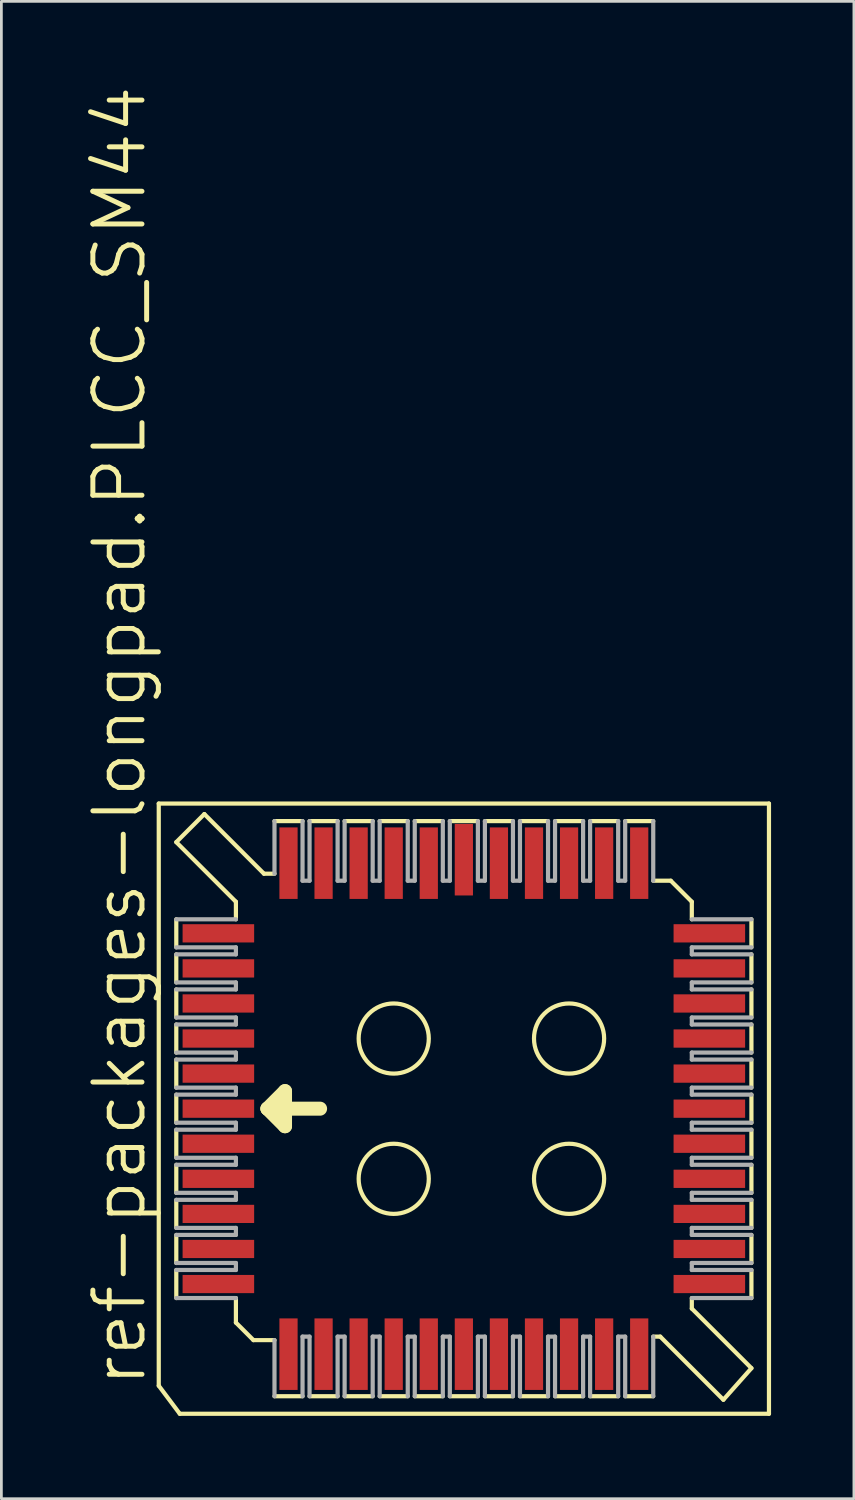
<source format=kicad_pcb>
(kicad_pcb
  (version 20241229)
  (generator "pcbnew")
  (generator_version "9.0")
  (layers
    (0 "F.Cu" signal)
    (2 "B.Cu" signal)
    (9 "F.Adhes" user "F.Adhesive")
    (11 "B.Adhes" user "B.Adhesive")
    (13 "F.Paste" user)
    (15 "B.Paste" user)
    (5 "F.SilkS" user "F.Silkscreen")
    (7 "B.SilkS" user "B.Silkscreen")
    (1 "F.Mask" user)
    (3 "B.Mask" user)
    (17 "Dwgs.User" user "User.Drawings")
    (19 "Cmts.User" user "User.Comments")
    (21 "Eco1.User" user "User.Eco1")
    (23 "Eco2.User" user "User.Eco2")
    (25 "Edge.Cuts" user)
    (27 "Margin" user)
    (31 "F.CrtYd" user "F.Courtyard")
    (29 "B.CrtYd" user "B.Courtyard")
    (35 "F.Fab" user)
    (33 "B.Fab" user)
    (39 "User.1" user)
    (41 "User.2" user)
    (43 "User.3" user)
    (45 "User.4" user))
  (footprint "ref-packages-longpad.PLCC_SM44"
    (layer "F.Cu")
    (at 13.748 37.099)
    (property "Reference" "ref-packages-longpad.PLCC_SM44" (at -11.43 10.16 90) (layer "F.SilkS") (effects (font (size 1.778 1.778) (thickness 0.18)) (justify left bottom)))
    (attr smd)
    (fp_line (start -11.049 -11.049) (end -11.049 10.033) (stroke (width 0.152) (type default)) (layer "F.SilkS"))
    (fp_line (start -11.049 10.033) (end -10.287 11.049) (stroke (width 0.152) (type default)) (layer "F.SilkS"))
    (fp_line (start -10.414 -9.652) (end -8.255 -7.493) (stroke (width 0.152) (type default)) (layer "F.SilkS"))
    (fp_line (start -10.414 -5.842) (end -10.414 -6.858) (stroke (width 0.152) (type default)) (layer "F.SilkS"))
    (fp_line (start -10.414 -4.572) (end -10.414 -5.588) (stroke (width 0.152) (type default)) (layer "F.SilkS"))
    (fp_line (start -10.414 -4.318) (end -10.414 -3.302) (stroke (width 0.152) (type default)) (layer "F.SilkS"))
    (fp_line (start -10.414 -3.048) (end -10.414 -2.032) (stroke (width 0.152) (type default)) (layer "F.SilkS"))
    (fp_line (start -10.414 -1.778) (end -10.414 -0.762) (stroke (width 0.152) (type default)) (layer "F.SilkS"))
    (fp_line (start -10.414 -0.508) (end -10.414 0.508) (stroke (width 0.152) (type default)) (layer "F.SilkS"))
    (fp_line (start -10.414 0.762) (end -10.414 1.778) (stroke (width 0.152) (type default)) (layer "F.SilkS"))
    (fp_line (start -10.414 2.032) (end -10.414 3.048) (stroke (width 0.152) (type default)) (layer "F.SilkS"))
    (fp_line (start -10.414 3.302) (end -10.414 4.318) (stroke (width 0.152) (type default)) (layer "F.SilkS"))
    (fp_line (start -10.414 4.572) (end -10.414 5.588) (stroke (width 0.152) (type default)) (layer "F.SilkS"))
    (fp_line (start -10.414 5.842) (end -10.414 6.858) (stroke (width 0.152) (type default)) (layer "F.SilkS"))
    (fp_line (start -10.287 11.049) (end 11.049 11.049) (stroke (width 0.152) (type default)) (layer "F.SilkS"))
    (fp_line (start -9.398 -10.668) (end -10.414 -9.652) (stroke (width 0.152) (type default)) (layer "F.SilkS"))
    (fp_line (start -9.398 -10.668) (end -7.239 -8.509) (stroke (width 0.152) (type default)) (layer "F.SilkS"))
    (fp_line (start -8.255 -6.858) (end -8.255 -7.493) (stroke (width 0.152) (type default)) (layer "F.SilkS"))
    (fp_line (start -8.255 6.858) (end -8.255 7.747) (stroke (width 0.152) (type default)) (layer "F.SilkS"))
    (fp_line (start -8.255 7.747) (end -7.62 8.382) (stroke (width 0.152) (type default)) (layer "F.SilkS"))
    (fp_line (start -7.239 -8.509) (end -6.858 -8.509) (stroke (width 0.152) (type default)) (layer "F.SilkS"))
    (fp_line (start -7.112 0) (end -6.477 -0.635) (stroke (width 0.508) (type default)) (layer "F.SilkS"))
    (fp_line (start -7.112 0) (end -5.207 0) (stroke (width 0.508) (type default)) (layer "F.SilkS"))
    (fp_line (start -6.858 -10.414) (end -5.842 -10.414) (stroke (width 0.152) (type default)) (layer "F.SilkS"))
    (fp_line (start -6.858 8.382) (end -7.62 8.382) (stroke (width 0.152) (type default)) (layer "F.SilkS"))
    (fp_line (start -6.477 -0.635) (end -6.477 0.635) (stroke (width 0.508) (type default)) (layer "F.SilkS"))
    (fp_line (start -6.477 0.635) (end -7.112 0) (stroke (width 0.508) (type default)) (layer "F.SilkS"))
    (fp_line (start -5.842 10.414) (end -6.858 10.414) (stroke (width 0.152) (type default)) (layer "F.SilkS"))
    (fp_line (start -5.588 -10.414) (end -4.572 -10.414) (stroke (width 0.152) (type default)) (layer "F.SilkS"))
    (fp_line (start -4.572 10.414) (end -5.588 10.414) (stroke (width 0.152) (type default)) (layer "F.SilkS"))
    (fp_line (start -4.318 -10.414) (end -3.302 -10.414) (stroke (width 0.152) (type default)) (layer "F.SilkS"))
    (fp_line (start -3.302 10.414) (end -4.318 10.414) (stroke (width 0.152) (type default)) (layer "F.SilkS"))
    (fp_line (start -3.048 -10.414) (end -2.032 -10.414) (stroke (width 0.152) (type default)) (layer "F.SilkS"))
    (fp_line (start -2.032 10.414) (end -3.048 10.414) (stroke (width 0.152) (type default)) (layer "F.SilkS"))
    (fp_line (start -1.778 -10.414) (end -0.762 -10.414) (stroke (width 0.152) (type default)) (layer "F.SilkS"))
    (fp_line (start -0.762 10.414) (end -1.778 10.414) (stroke (width 0.152) (type default)) (layer "F.SilkS"))
    (fp_line (start -0.508 -10.414) (end 0.508 -10.414) (stroke (width 0.152) (type default)) (layer "F.SilkS"))
    (fp_line (start 0.508 10.414) (end -0.508 10.414) (stroke (width 0.152) (type default)) (layer "F.SilkS"))
    (fp_line (start 0.762 -10.414) (end 1.778 -10.414) (stroke (width 0.152) (type default)) (layer "F.SilkS"))
    (fp_line (start 1.778 10.414) (end 0.762 10.414) (stroke (width 0.152) (type default)) (layer "F.SilkS"))
    (fp_line (start 2.032 -10.414) (end 3.048 -10.414) (stroke (width 0.152) (type default)) (layer "F.SilkS"))
    (fp_line (start 3.048 10.414) (end 2.032 10.414) (stroke (width 0.152) (type default)) (layer "F.SilkS"))
    (fp_line (start 3.302 -10.414) (end 4.318 -10.414) (stroke (width 0.152) (type default)) (layer "F.SilkS"))
    (fp_line (start 4.318 10.414) (end 3.302 10.414) (stroke (width 0.152) (type default)) (layer "F.SilkS"))
    (fp_line (start 4.572 -10.414) (end 5.588 -10.414) (stroke (width 0.152) (type default)) (layer "F.SilkS"))
    (fp_line (start 4.572 10.414) (end 5.588 10.414) (stroke (width 0.152) (type default)) (layer "F.SilkS"))
    (fp_line (start 5.842 -10.414) (end 6.858 -10.414) (stroke (width 0.152) (type default)) (layer "F.SilkS"))
    (fp_line (start 5.842 10.414) (end 6.858 10.414) (stroke (width 0.152) (type default)) (layer "F.SilkS"))
    (fp_line (start 6.858 -8.255) (end 7.493 -8.255) (stroke (width 0.152) (type default)) (layer "F.SilkS"))
    (fp_line (start 6.858 8.255) (end 7.112 8.255) (stroke (width 0.152) (type default)) (layer "F.SilkS"))
    (fp_line (start 7.493 -8.255) (end 8.255 -7.493) (stroke (width 0.152) (type default)) (layer "F.SilkS"))
    (fp_line (start 8.255 -6.858) (end 8.255 -7.493) (stroke (width 0.152) (type default)) (layer "F.SilkS"))
    (fp_line (start 8.255 6.858) (end 8.255 7.239) (stroke (width 0.152) (type default)) (layer "F.SilkS"))
    (fp_line (start 9.398 10.541) (end 7.112 8.255) (stroke (width 0.152) (type default)) (layer "F.SilkS"))
    (fp_line (start 10.414 -6.858) (end 10.414 -5.842) (stroke (width 0.152) (type default)) (layer "F.SilkS"))
    (fp_line (start 10.414 -5.588) (end 10.414 -4.572) (stroke (width 0.152) (type default)) (layer "F.SilkS"))
    (fp_line (start 10.414 -3.302) (end 10.414 -4.318) (stroke (width 0.152) (type default)) (layer "F.SilkS"))
    (fp_line (start 10.414 -2.032) (end 10.414 -3.048) (stroke (width 0.152) (type default)) (layer "F.SilkS"))
    (fp_line (start 10.414 -0.762) (end 10.414 -1.778) (stroke (width 0.152) (type default)) (layer "F.SilkS"))
    (fp_line (start 10.414 0.508) (end 10.414 -0.508) (stroke (width 0.152) (type default)) (layer "F.SilkS"))
    (fp_line (start 10.414 1.778) (end 10.414 0.762) (stroke (width 0.152) (type default)) (layer "F.SilkS"))
    (fp_line (start 10.414 3.048) (end 10.414 2.032) (stroke (width 0.152) (type default)) (layer "F.SilkS"))
    (fp_line (start 10.414 4.318) (end 10.414 3.302) (stroke (width 0.152) (type default)) (layer "F.SilkS"))
    (fp_line (start 10.414 4.572) (end 10.414 5.588) (stroke (width 0.152) (type default)) (layer "F.SilkS"))
    (fp_line (start 10.414 5.842) (end 10.414 6.858) (stroke (width 0.152) (type default)) (layer "F.SilkS"))
    (fp_line (start 10.414 9.398) (end 8.255 7.239) (stroke (width 0.152) (type default)) (layer "F.SilkS"))
    (fp_line (start 10.414 9.398) (end 9.398 10.541) (stroke (width 0.152) (type default)) (layer "F.SilkS"))
    (fp_line (start 11.049 -11.049) (end -11.049 -11.049) (stroke (width 0.152) (type default)) (layer "F.SilkS"))
    (fp_line (start 11.049 -11.049) (end 11.049 11.049) (stroke (width 0.152) (type default)) (layer "F.SilkS"))
    (fp_circle (center -2.54 -2.54) (end -1.27 -2.54) (stroke (width 0.152) (type default)) (fill no) (layer "F.SilkS"))
    (fp_circle (center -2.54 2.54) (end -1.27 2.54) (stroke (width 0.152) (type default)) (fill no) (layer "F.SilkS"))
    (fp_circle (center 3.81 -2.54) (end 5.08 -2.54) (stroke (width 0.152) (type default)) (fill no) (layer "F.SilkS"))
    (fp_circle (center 3.81 2.54) (end 5.08 2.54) (stroke (width 0.152) (type default)) (fill no) (layer "F.SilkS"))
    (fp_line (start -10.414 -6.858) (end -8.255 -6.858) (stroke (width 0.152) (type default)) (layer "F.Fab"))
    (fp_line (start -10.414 -5.842) (end -8.255 -5.842) (stroke (width 0.152) (type default)) (layer "F.Fab"))
    (fp_line (start -10.414 -5.588) (end -8.255 -5.588) (stroke (width 0.152) (type default)) (layer "F.Fab"))
    (fp_line (start -10.414 -4.572) (end -8.255 -4.572) (stroke (width 0.152) (type default)) (layer "F.Fab"))
    (fp_line (start -10.414 -4.318) (end -8.255 -4.318) (stroke (width 0.152) (type default)) (layer "F.Fab"))
    (fp_line (start -10.414 -3.048) (end -8.255 -3.048) (stroke (width 0.152) (type default)) (layer "F.Fab"))
    (fp_line (start -10.414 -1.778) (end -8.255 -1.778) (stroke (width 0.152) (type default)) (layer "F.Fab"))
    (fp_line (start -10.414 -0.508) (end -8.255 -0.508) (stroke (width 0.152) (type default)) (layer "F.Fab"))
    (fp_line (start -10.414 0.762) (end -8.255 0.762) (stroke (width 0.152) (type default)) (layer "F.Fab"))
    (fp_line (start -10.414 2.032) (end -8.255 2.032) (stroke (width 0.152) (type default)) (layer "F.Fab"))
    (fp_line (start -10.414 3.302) (end -8.255 3.302) (stroke (width 0.152) (type default)) (layer "F.Fab"))
    (fp_line (start -10.414 4.572) (end -8.255 4.572) (stroke (width 0.152) (type default)) (layer "F.Fab"))
    (fp_line (start -10.414 6.858) (end -8.255 6.858) (stroke (width 0.152) (type default)) (layer "F.Fab"))
    (fp_line (start -8.255 -5.588) (end -8.255 -5.842) (stroke (width 0.152) (type default)) (layer "F.Fab"))
    (fp_line (start -8.255 -4.318) (end -8.255 -4.572) (stroke (width 0.152) (type default)) (layer "F.Fab"))
    (fp_line (start -8.255 -3.302) (end -10.414 -3.302) (stroke (width 0.152) (type default)) (layer "F.Fab"))
    (fp_line (start -8.255 -3.302) (end -8.255 -3.048) (stroke (width 0.152) (type default)) (layer "F.Fab"))
    (fp_line (start -8.255 -2.032) (end -10.414 -2.032) (stroke (width 0.152) (type default)) (layer "F.Fab"))
    (fp_line (start -8.255 -2.032) (end -8.255 -1.778) (stroke (width 0.152) (type default)) (layer "F.Fab"))
    (fp_line (start -8.255 -0.762) (end -10.414 -0.762) (stroke (width 0.152) (type default)) (layer "F.Fab"))
    (fp_line (start -8.255 -0.762) (end -8.255 -0.508) (stroke (width 0.152) (type default)) (layer "F.Fab"))
    (fp_line (start -8.255 0.508) (end -10.414 0.508) (stroke (width 0.152) (type default)) (layer "F.Fab"))
    (fp_line (start -8.255 0.508) (end -8.255 0.762) (stroke (width 0.152) (type default)) (layer "F.Fab"))
    (fp_line (start -8.255 1.778) (end -10.414 1.778) (stroke (width 0.152) (type default)) (layer "F.Fab"))
    (fp_line (start -8.255 1.778) (end -8.255 2.032) (stroke (width 0.152) (type default)) (layer "F.Fab"))
    (fp_line (start -8.255 3.048) (end -10.414 3.048) (stroke (width 0.152) (type default)) (layer "F.Fab"))
    (fp_line (start -8.255 3.048) (end -8.255 3.302) (stroke (width 0.152) (type default)) (layer "F.Fab"))
    (fp_line (start -8.255 4.318) (end -10.414 4.318) (stroke (width 0.152) (type default)) (layer "F.Fab"))
    (fp_line (start -8.255 4.318) (end -8.255 4.572) (stroke (width 0.152) (type default)) (layer "F.Fab"))
    (fp_line (start -8.255 5.588) (end -10.414 5.588) (stroke (width 0.152) (type default)) (layer "F.Fab"))
    (fp_line (start -8.255 5.588) (end -8.255 5.842) (stroke (width 0.152) (type default)) (layer "F.Fab"))
    (fp_line (start -8.255 5.842) (end -10.414 5.842) (stroke (width 0.152) (type default)) (layer "F.Fab"))
    (fp_line (start -6.858 -8.509) (end -6.858 -10.414) (stroke (width 0.152) (type default)) (layer "F.Fab"))
    (fp_line (start -6.858 8.382) (end -6.858 10.414) (stroke (width 0.152) (type default)) (layer "F.Fab"))
    (fp_line (start -5.842 -8.255) (end -5.842 -10.414) (stroke (width 0.152) (type default)) (layer "F.Fab"))
    (fp_line (start -5.842 -8.255) (end -5.588 -8.255) (stroke (width 0.152) (type default)) (layer "F.Fab"))
    (fp_line (start -5.842 10.414) (end -5.842 8.255) (stroke (width 0.152) (type default)) (layer "F.Fab"))
    (fp_line (start -5.588 -10.414) (end -5.588 -8.255) (stroke (width 0.152) (type default)) (layer "F.Fab"))
    (fp_line (start -5.588 8.255) (end -5.842 8.255) (stroke (width 0.152) (type default)) (layer "F.Fab"))
    (fp_line (start -5.588 8.255) (end -5.588 10.414) (stroke (width 0.152) (type default)) (layer "F.Fab"))
    (fp_line (start -4.572 -8.255) (end -4.572 -10.414) (stroke (width 0.152) (type default)) (layer "F.Fab"))
    (fp_line (start -4.572 -8.255) (end -4.318 -8.255) (stroke (width 0.152) (type default)) (layer "F.Fab"))
    (fp_line (start -4.572 10.414) (end -4.572 8.255) (stroke (width 0.152) (type default)) (layer "F.Fab"))
    (fp_line (start -4.318 -10.414) (end -4.318 -8.255) (stroke (width 0.152) (type default)) (layer "F.Fab"))
    (fp_line (start -4.318 8.255) (end -4.572 8.255) (stroke (width 0.152) (type default)) (layer "F.Fab"))
    (fp_line (start -4.318 8.255) (end -4.318 10.414) (stroke (width 0.152) (type default)) (layer "F.Fab"))
    (fp_line (start -3.302 -8.255) (end -3.302 -10.414) (stroke (width 0.152) (type default)) (layer "F.Fab"))
    (fp_line (start -3.302 -8.255) (end -3.048 -8.255) (stroke (width 0.152) (type default)) (layer "F.Fab"))
    (fp_line (start -3.302 10.414) (end -3.302 8.255) (stroke (width 0.152) (type default)) (layer "F.Fab"))
    (fp_line (start -3.048 -10.414) (end -3.048 -8.255) (stroke (width 0.152) (type default)) (layer "F.Fab"))
    (fp_line (start -3.048 8.255) (end -3.302 8.255) (stroke (width 0.152) (type default)) (layer "F.Fab"))
    (fp_line (start -3.048 8.255) (end -3.048 10.414) (stroke (width 0.152) (type default)) (layer "F.Fab"))
    (fp_line (start -2.032 -8.255) (end -2.032 -10.414) (stroke (width 0.152) (type default)) (layer "F.Fab"))
    (fp_line (start -2.032 -8.255) (end -1.778 -8.255) (stroke (width 0.152) (type default)) (layer "F.Fab"))
    (fp_line (start -2.032 10.414) (end -2.032 8.255) (stroke (width 0.152) (type default)) (layer "F.Fab"))
    (fp_line (start -1.778 -10.414) (end -1.778 -8.255) (stroke (width 0.152) (type default)) (layer "F.Fab"))
    (fp_line (start -1.778 8.255) (end -2.032 8.255) (stroke (width 0.152) (type default)) (layer "F.Fab"))
    (fp_line (start -1.778 8.255) (end -1.778 10.414) (stroke (width 0.152) (type default)) (layer "F.Fab"))
    (fp_line (start -0.762 -8.255) (end -0.762 -10.414) (stroke (width 0.152) (type default)) (layer "F.Fab"))
    (fp_line (start -0.762 -8.255) (end -0.508 -8.255) (stroke (width 0.152) (type default)) (layer "F.Fab"))
    (fp_line (start -0.762 10.414) (end -0.762 8.255) (stroke (width 0.152) (type default)) (layer "F.Fab"))
    (fp_line (start -0.508 -10.414) (end -0.508 -8.255) (stroke (width 0.152) (type default)) (layer "F.Fab"))
    (fp_line (start -0.508 8.255) (end -0.762 8.255) (stroke (width 0.152) (type default)) (layer "F.Fab"))
    (fp_line (start -0.508 8.255) (end -0.508 10.414) (stroke (width 0.152) (type default)) (layer "F.Fab"))
    (fp_line (start 0.508 -8.255) (end 0.508 -10.414) (stroke (width 0.152) (type default)) (layer "F.Fab"))
    (fp_line (start 0.508 -8.255) (end 0.762 -8.255) (stroke (width 0.152) (type default)) (layer "F.Fab"))
    (fp_line (start 0.508 10.414) (end 0.508 8.255) (stroke (width 0.152) (type default)) (layer "F.Fab"))
    (fp_line (start 0.762 -10.414) (end 0.762 -8.255) (stroke (width 0.152) (type default)) (layer "F.Fab"))
    (fp_line (start 0.762 8.255) (end 0.508 8.255) (stroke (width 0.152) (type default)) (layer "F.Fab"))
    (fp_line (start 0.762 8.255) (end 0.762 10.414) (stroke (width 0.152) (type default)) (layer "F.Fab"))
    (fp_line (start 1.778 -8.255) (end 1.778 -10.414) (stroke (width 0.152) (type default)) (layer "F.Fab"))
    (fp_line (start 1.778 -8.255) (end 2.032 -8.255) (stroke (width 0.152) (type default)) (layer "F.Fab"))
    (fp_line (start 1.778 10.414) (end 1.778 8.255) (stroke (width 0.152) (type default)) (layer "F.Fab"))
    (fp_line (start 2.032 -10.414) (end 2.032 -8.255) (stroke (width 0.152) (type default)) (layer "F.Fab"))
    (fp_line (start 2.032 8.255) (end 1.778 8.255) (stroke (width 0.152) (type default)) (layer "F.Fab"))
    (fp_line (start 2.032 10.414) (end 2.032 8.255) (stroke (width 0.152) (type default)) (layer "F.Fab"))
    (fp_line (start 3.048 -8.255) (end 3.048 -10.414) (stroke (width 0.152) (type default)) (layer "F.Fab"))
    (fp_line (start 3.048 -8.255) (end 3.302 -8.255) (stroke (width 0.152) (type default)) (layer "F.Fab"))
    (fp_line (start 3.048 10.414) (end 3.048 8.255) (stroke (width 0.152) (type default)) (layer "F.Fab"))
    (fp_line (start 3.302 -10.414) (end 3.302 -8.255) (stroke (width 0.152) (type default)) (layer "F.Fab"))
    (fp_line (start 3.302 8.255) (end 3.048 8.255) (stroke (width 0.152) (type default)) (layer "F.Fab"))
    (fp_line (start 3.302 8.255) (end 3.302 10.414) (stroke (width 0.152) (type default)) (layer "F.Fab"))
    (fp_line (start 4.318 -8.255) (end 4.318 -10.414) (stroke (width 0.152) (type default)) (layer "F.Fab"))
    (fp_line (start 4.318 -8.255) (end 4.572 -8.255) (stroke (width 0.152) (type default)) (layer "F.Fab"))
    (fp_line (start 4.318 8.255) (end 4.572 8.255) (stroke (width 0.152) (type default)) (layer "F.Fab"))
    (fp_line (start 4.318 10.414) (end 4.318 8.255) (stroke (width 0.152) (type default)) (layer "F.Fab"))
    (fp_line (start 4.572 -10.414) (end 4.572 -8.255) (stroke (width 0.152) (type default)) (layer "F.Fab"))
    (fp_line (start 4.572 10.414) (end 4.572 8.255) (stroke (width 0.152) (type default)) (layer "F.Fab"))
    (fp_line (start 5.588 -8.255) (end 5.588 -10.414) (stroke (width 0.152) (type default)) (layer "F.Fab"))
    (fp_line (start 5.588 -8.255) (end 5.842 -8.255) (stroke (width 0.152) (type default)) (layer "F.Fab"))
    (fp_line (start 5.588 8.255) (end 5.842 8.255) (stroke (width 0.152) (type default)) (layer "F.Fab"))
    (fp_line (start 5.588 10.414) (end 5.588 8.255) (stroke (width 0.152) (type default)) (layer "F.Fab"))
    (fp_line (start 5.842 -8.255) (end 5.842 -10.414) (stroke (width 0.152) (type default)) (layer "F.Fab"))
    (fp_line (start 5.842 10.414) (end 5.842 8.255) (stroke (width 0.152) (type default)) (layer "F.Fab"))
    (fp_line (start 6.858 -8.255) (end 6.858 -10.414) (stroke (width 0.152) (type default)) (layer "F.Fab"))
    (fp_line (start 6.858 10.414) (end 6.858 8.255) (stroke (width 0.152) (type default)) (layer "F.Fab"))
    (fp_line (start 8.255 -5.842) (end 8.255 -5.588) (stroke (width 0.152) (type default)) (layer "F.Fab"))
    (fp_line (start 8.255 -5.842) (end 10.414 -5.842) (stroke (width 0.152) (type default)) (layer "F.Fab"))
    (fp_line (start 8.255 -4.572) (end 10.414 -4.572) (stroke (width 0.152) (type default)) (layer "F.Fab"))
    (fp_line (start 8.255 -4.318) (end 8.255 -4.572) (stroke (width 0.152) (type default)) (layer "F.Fab"))
    (fp_line (start 8.255 -4.318) (end 10.414 -4.318) (stroke (width 0.152) (type default)) (layer "F.Fab"))
    (fp_line (start 8.255 -3.048) (end 8.255 -3.302) (stroke (width 0.152) (type default)) (layer "F.Fab"))
    (fp_line (start 8.255 -3.048) (end 10.414 -3.048) (stroke (width 0.152) (type default)) (layer "F.Fab"))
    (fp_line (start 8.255 -1.778) (end 8.255 -2.032) (stroke (width 0.152) (type default)) (layer "F.Fab"))
    (fp_line (start 8.255 -1.778) (end 10.414 -1.778) (stroke (width 0.152) (type default)) (layer "F.Fab"))
    (fp_line (start 8.255 -0.508) (end 8.255 -0.762) (stroke (width 0.152) (type default)) (layer "F.Fab"))
    (fp_line (start 8.255 -0.508) (end 10.414 -0.508) (stroke (width 0.152) (type default)) (layer "F.Fab"))
    (fp_line (start 8.255 0.762) (end 8.255 0.508) (stroke (width 0.152) (type default)) (layer "F.Fab"))
    (fp_line (start 8.255 0.762) (end 10.414 0.762) (stroke (width 0.152) (type default)) (layer "F.Fab"))
    (fp_line (start 8.255 2.032) (end 8.255 1.778) (stroke (width 0.152) (type default)) (layer "F.Fab"))
    (fp_line (start 8.255 2.032) (end 10.414 2.032) (stroke (width 0.152) (type default)) (layer "F.Fab"))
    (fp_line (start 8.255 3.302) (end 8.255 3.048) (stroke (width 0.152) (type default)) (layer "F.Fab"))
    (fp_line (start 8.255 3.302) (end 10.414 3.302) (stroke (width 0.152) (type default)) (layer "F.Fab"))
    (fp_line (start 8.255 4.318) (end 8.255 4.572) (stroke (width 0.152) (type default)) (layer "F.Fab"))
    (fp_line (start 8.255 5.588) (end 8.255 5.842) (stroke (width 0.152) (type default)) (layer "F.Fab"))
    (fp_line (start 8.255 5.588) (end 10.414 5.588) (stroke (width 0.152) (type default)) (layer "F.Fab"))
    (fp_line (start 8.255 5.842) (end 10.414 5.842) (stroke (width 0.152) (type default)) (layer "F.Fab"))
    (fp_line (start 10.414 -6.858) (end 8.255 -6.858) (stroke (width 0.152) (type default)) (layer "F.Fab"))
    (fp_line (start 10.414 -5.588) (end 8.255 -5.588) (stroke (width 0.152) (type default)) (layer "F.Fab"))
    (fp_line (start 10.414 -3.302) (end 8.255 -3.302) (stroke (width 0.152) (type default)) (layer "F.Fab"))
    (fp_line (start 10.414 -2.032) (end 8.255 -2.032) (stroke (width 0.152) (type default)) (layer "F.Fab"))
    (fp_line (start 10.414 -0.762) (end 8.255 -0.762) (stroke (width 0.152) (type default)) (layer "F.Fab"))
    (fp_line (start 10.414 0.508) (end 8.255 0.508) (stroke (width 0.152) (type default)) (layer "F.Fab"))
    (fp_line (start 10.414 1.778) (end 8.255 1.778) (stroke (width 0.152) (type default)) (layer "F.Fab"))
    (fp_line (start 10.414 3.048) (end 8.255 3.048) (stroke (width 0.152) (type default)) (layer "F.Fab"))
    (fp_line (start 10.414 4.318) (end 8.255 4.318) (stroke (width 0.152) (type default)) (layer "F.Fab"))
    (fp_line (start 10.414 4.572) (end 8.255 4.572) (stroke (width 0.152) (type default)) (layer "F.Fab"))
    (fp_line (start 10.414 6.858) (end 8.255 6.858) (stroke (width 0.152) (type default)) (layer "F.Fab"))
    (pad "1" smd roundrect (at -8.89 0) (size 2.591 0.66) (layers "F.Cu" "F.Mask" "F.Paste") (roundrect_rratio 0.01))
    (pad "2" smd roundrect (at -8.89 1.27) (size 2.591 0.66) (layers "F.Cu" "F.Mask" "F.Paste") (roundrect_rratio 0.01))
    (pad "3" smd roundrect (at -8.89 2.54) (size 2.591 0.66) (layers "F.Cu" "F.Mask" "F.Paste") (roundrect_rratio 0.01))
    (pad "4" smd roundrect (at -8.89 3.81) (size 2.591 0.66) (layers "F.Cu" "F.Mask" "F.Paste") (roundrect_rratio 0.01))
    (pad "5" smd roundrect (at -8.89 5.08) (size 2.591 0.66) (layers "F.Cu" "F.Mask" "F.Paste") (roundrect_rratio 0.01))
    (pad "6" smd roundrect (at -8.89 6.35) (size 2.591 0.66) (layers "F.Cu" "F.Mask" "F.Paste") (roundrect_rratio 0.01))
    (pad "7" smd roundrect (at -6.35 8.89) (size 0.66 2.591) (layers "F.Cu" "F.Mask" "F.Paste") (roundrect_rratio 0.01))
    (pad "8" smd roundrect (at -5.08 8.89) (size 0.66 2.591) (layers "F.Cu" "F.Mask" "F.Paste") (roundrect_rratio 0.01))
    (pad "9" smd roundrect (at -3.81 8.89) (size 0.66 2.591) (layers "F.Cu" "F.Mask" "F.Paste") (roundrect_rratio 0.01))
    (pad "10" smd roundrect (at -2.54 8.89) (size 0.66 2.591) (layers "F.Cu" "F.Mask" "F.Paste") (roundrect_rratio 0.01))
    (pad "11" smd roundrect (at -1.27 8.89) (size 0.66 2.591) (layers "F.Cu" "F.Mask" "F.Paste") (roundrect_rratio 0.01))
    (pad "12" smd roundrect (at 0 8.89) (size 0.66 2.591) (layers "F.Cu" "F.Mask" "F.Paste") (roundrect_rratio 0.01))
    (pad "13" smd roundrect (at 1.27 8.89) (size 0.66 2.591) (layers "F.Cu" "F.Mask" "F.Paste") (roundrect_rratio 0.01))
    (pad "14" smd roundrect (at 2.54 8.89) (size 0.66 2.591) (layers "F.Cu" "F.Mask" "F.Paste") (roundrect_rratio 0.01))
    (pad "15" smd roundrect (at 3.81 8.89) (size 0.66 2.591) (layers "F.Cu" "F.Mask" "F.Paste") (roundrect_rratio 0.01))
    (pad "16" smd roundrect (at 5.08 8.89) (size 0.66 2.591) (layers "F.Cu" "F.Mask" "F.Paste") (roundrect_rratio 0.01))
    (pad "17" smd roundrect (at 6.35 8.89) (size 0.66 2.591) (layers "F.Cu" "F.Mask" "F.Paste") (roundrect_rratio 0.01))
    (pad "18" smd roundrect (at 8.89 6.35) (size 2.591 0.66) (layers "F.Cu" "F.Mask" "F.Paste") (roundrect_rratio 0.01))
    (pad "19" smd roundrect (at 8.89 5.08) (size 2.591 0.66) (layers "F.Cu" "F.Mask" "F.Paste") (roundrect_rratio 0.01))
    (pad "20" smd roundrect (at 8.89 3.81) (size 2.591 0.66) (layers "F.Cu" "F.Mask" "F.Paste") (roundrect_rratio 0.01))
    (pad "21" smd roundrect (at 8.89 2.54) (size 2.591 0.66) (layers "F.Cu" "F.Mask" "F.Paste") (roundrect_rratio 0.01))
    (pad "22" smd roundrect (at 8.89 1.27) (size 2.591 0.66) (layers "F.Cu" "F.Mask" "F.Paste") (roundrect_rratio 0.01))
    (pad "23" smd roundrect (at 8.89 0) (size 2.591 0.66) (layers "F.Cu" "F.Mask" "F.Paste") (roundrect_rratio 0.01))
    (pad "24" smd roundrect (at 8.89 -1.27) (size 2.591 0.66) (layers "F.Cu" "F.Mask" "F.Paste") (roundrect_rratio 0.01))
    (pad "25" smd roundrect (at 8.89 -2.54) (size 2.591 0.66) (layers "F.Cu" "F.Mask" "F.Paste") (roundrect_rratio 0.01))
    (pad "26" smd roundrect (at 8.89 -3.81) (size 2.591 0.66) (layers "F.Cu" "F.Mask" "F.Paste") (roundrect_rratio 0.01))
    (pad "27" smd roundrect (at 8.89 -5.08) (size 2.591 0.66) (layers "F.Cu" "F.Mask" "F.Paste") (roundrect_rratio 0.01))
    (pad "28" smd roundrect (at 8.89 -6.35) (size 2.591 0.66) (layers "F.Cu" "F.Mask" "F.Paste") (roundrect_rratio 0.01))
    (pad "29" smd roundrect (at 6.35 -8.89) (size 0.66 2.591) (layers "F.Cu" "F.Mask" "F.Paste") (roundrect_rratio 0.01))
    (pad "30" smd roundrect (at 5.08 -8.89) (size 0.66 2.591) (layers "F.Cu" "F.Mask" "F.Paste") (roundrect_rratio 0.01))
    (pad "31" smd roundrect (at 3.81 -8.89) (size 0.66 2.591) (layers "F.Cu" "F.Mask" "F.Paste") (roundrect_rratio 0.01))
    (pad "32" smd roundrect (at 2.54 -8.89) (size 0.66 2.591) (layers "F.Cu" "F.Mask" "F.Paste") (roundrect_rratio 0.01))
    (pad "33" smd roundrect (at 1.27 -8.89) (size 0.66 2.591) (layers "F.Cu" "F.Mask" "F.Paste") (roundrect_rratio 0.01))
    (pad "34" smd roundrect (at 0 -9.017) (size 0.66 2.591) (layers "F.Cu" "F.Mask" "F.Paste") (roundrect_rratio 0.01))
    (pad "35" smd roundrect (at -1.27 -8.89) (size 0.66 2.591) (layers "F.Cu" "F.Mask" "F.Paste") (roundrect_rratio 0.01))
    (pad "36" smd roundrect (at -2.54 -8.89) (size 0.66 2.591) (layers "F.Cu" "F.Mask" "F.Paste") (roundrect_rratio 0.01))
    (pad "37" smd roundrect (at -3.81 -8.89) (size 0.66 2.591) (layers "F.Cu" "F.Mask" "F.Paste") (roundrect_rratio 0.01))
    (pad "38" smd roundrect (at -5.08 -8.89) (size 0.66 2.591) (layers "F.Cu" "F.Mask" "F.Paste") (roundrect_rratio 0.01))
    (pad "39" smd roundrect (at -6.35 -8.89) (size 0.66 2.591) (layers "F.Cu" "F.Mask" "F.Paste") (roundrect_rratio 0.01))
    (pad "40" smd roundrect (at -8.89 -6.35) (size 2.591 0.66) (layers "F.Cu" "F.Mask" "F.Paste") (roundrect_rratio 0.01))
    (pad "41" smd roundrect (at -8.89 -5.08) (size 2.591 0.66) (layers "F.Cu" "F.Mask" "F.Paste") (roundrect_rratio 0.01))
    (pad "42" smd roundrect (at -8.89 -3.81) (size 2.591 0.66) (layers "F.Cu" "F.Mask" "F.Paste") (roundrect_rratio 0.01))
    (pad "43" smd roundrect (at -8.89 -2.54) (size 2.591 0.66) (layers "F.Cu" "F.Mask" "F.Paste") (roundrect_rratio 0.01))
    (pad "44" smd roundrect (at -8.89 -1.27) (size 2.591 0.66) (layers "F.Cu" "F.Mask" "F.Paste") (roundrect_rratio 0.01)))
  (gr_rect
    (start -3 -3)
    (end 27.873 51.224)
    (stroke (width 0.1) (type default))
    (fill no)
    (layer "Edge.Cuts")))
</source>
